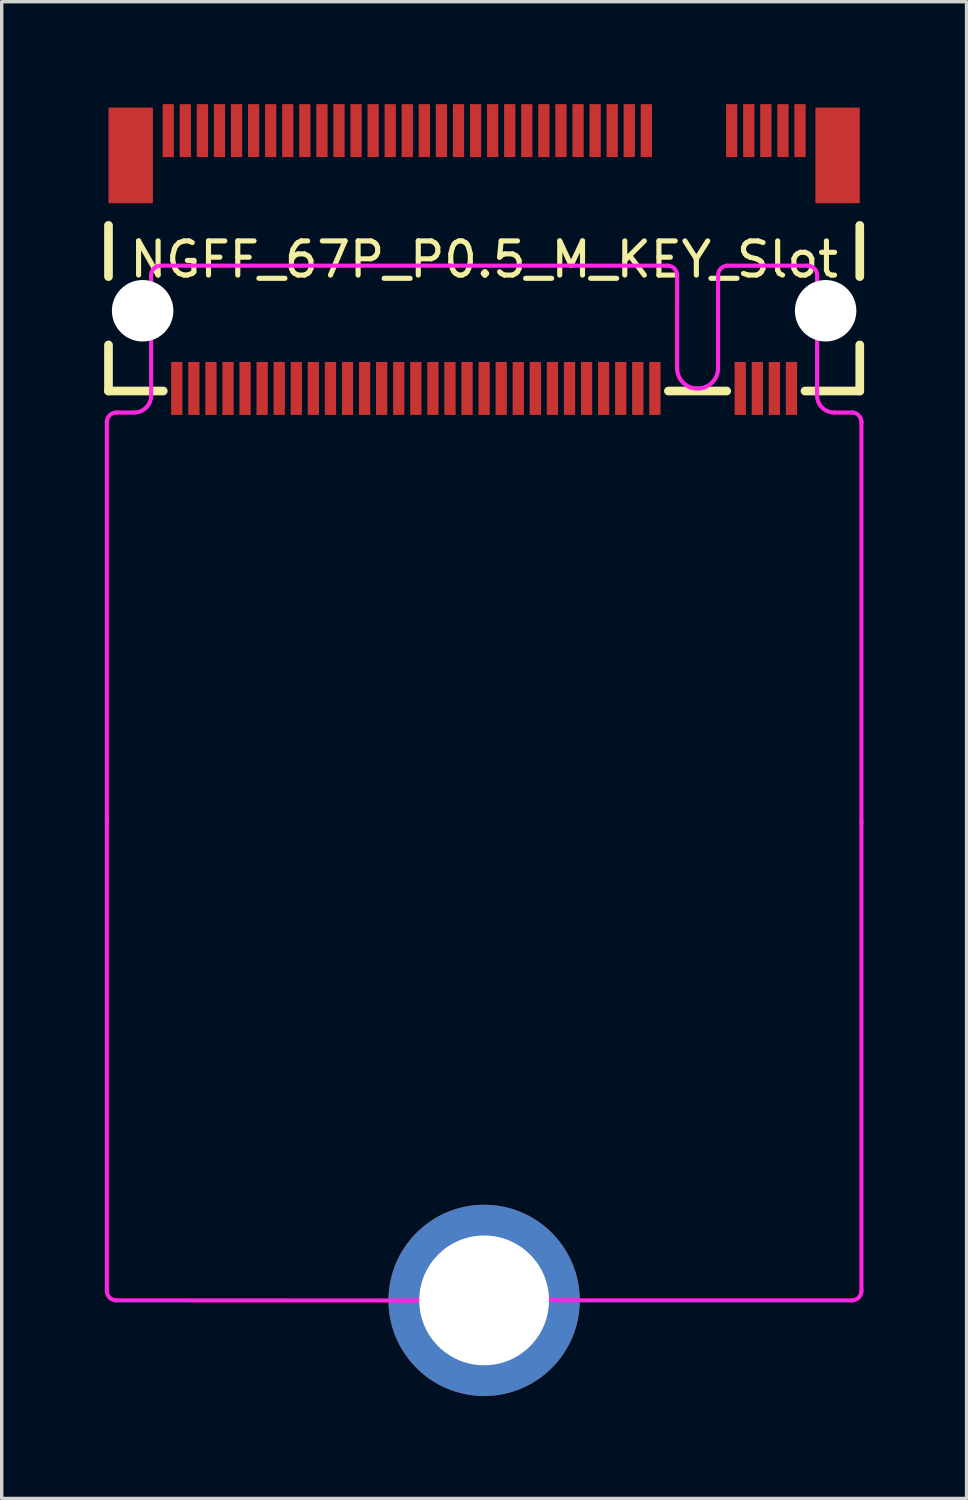
<source format=kicad_pcb>
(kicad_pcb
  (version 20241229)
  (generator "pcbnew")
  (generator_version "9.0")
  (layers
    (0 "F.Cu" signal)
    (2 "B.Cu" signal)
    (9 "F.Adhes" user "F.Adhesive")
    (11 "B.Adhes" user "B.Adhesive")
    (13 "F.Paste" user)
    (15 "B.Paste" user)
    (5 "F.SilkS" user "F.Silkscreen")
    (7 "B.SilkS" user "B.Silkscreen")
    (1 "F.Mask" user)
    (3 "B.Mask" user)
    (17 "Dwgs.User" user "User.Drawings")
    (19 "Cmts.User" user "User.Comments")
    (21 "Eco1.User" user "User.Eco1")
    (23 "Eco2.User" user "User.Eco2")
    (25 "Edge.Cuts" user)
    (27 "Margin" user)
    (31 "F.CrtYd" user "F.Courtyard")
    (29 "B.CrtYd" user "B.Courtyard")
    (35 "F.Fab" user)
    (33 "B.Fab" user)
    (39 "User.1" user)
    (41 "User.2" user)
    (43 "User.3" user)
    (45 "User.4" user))
  (footprint "NGFF_67P_P0.5_M_KEY_Slot"
    (layer "F.Cu")
    (at 11.127 4.55)
    (property "Reference" "NGFF_67P_P0.5_M_KEY_Slot" (at 0 0 0) (layer "F.SilkS") (effects (font (size 1 1) (thickness 0.15))))
    (attr through_hole)
    (fp_line (start -11 0.5) (end -11 -1) (stroke (width 0.254) (type solid)) (layer "F.SilkS"))
    (fp_line (start -11 3.85) (end -11 2.5) (stroke (width 0.254) (type solid)) (layer "F.SilkS"))
    (fp_line (start -11 3.85) (end -9.396 3.85) (stroke (width 0.254) (type solid)) (layer "F.SilkS"))
    (fp_line (start 5.396 3.85) (end 7.104 3.85) (stroke (width 0.254) (type solid)) (layer "F.SilkS"))
    (fp_line (start 9.396 3.85) (end 11 3.85) (stroke (width 0.254) (type solid)) (layer "F.SilkS"))
    (fp_line (start 11 0.5) (end 11 -1) (stroke (width 0.254) (type solid)) (layer "F.SilkS"))
    (fp_line (start 11 3.85) (end 11 2.5) (stroke (width 0.254) (type solid)) (layer "F.SilkS"))
    (fp_line (start -11.049 4.759) (end -11.049 16.48) (stroke (width 0.12) (type solid)) (layer "F.CrtYd"))
    (fp_line (start -11.049 16.48) (end -11.049 30.2) (stroke (width 0.12) (type solid)) (layer "F.CrtYd"))
    (fp_line (start -10.77 30.479) (end -2.004 30.482) (stroke (width 0.12) (type solid)) (layer "F.CrtYd"))
    (fp_line (start -10.25 4.48) (end -10.77 4.48) (stroke (width 0.12) (type solid)) (layer "F.CrtYd"))
    (fp_line (start -9.751 0.459) (end -9.75 3.98) (stroke (width 0.12) (type solid)) (layer "F.CrtYd"))
    (fp_line (start -9.472 0.18) (end 5.372 0.18) (stroke (width 0.12) (type solid)) (layer "F.CrtYd"))
    (fp_line (start 2.004 30.479) (end 10.77 30.479) (stroke (width 0.12) (type solid)) (layer "F.CrtYd"))
    (fp_line (start 5.65 3.18) (end 5.652 0.459) (stroke (width 0.12) (type solid)) (layer "F.CrtYd"))
    (fp_line (start 6.85 3.18) (end 6.85 0.459) (stroke (width 0.12) (type solid)) (layer "F.CrtYd"))
    (fp_line (start 7.13 0.18) (end 9.472 0.18) (stroke (width 0.12) (type solid)) (layer "F.CrtYd"))
    (fp_line (start 9.751 0.459) (end 9.75 3.98) (stroke (width 0.12) (type solid)) (layer "F.CrtYd"))
    (fp_line (start 10.25 4.48) (end 10.77 4.48) (stroke (width 0.12) (type solid)) (layer "F.CrtYd"))
    (fp_line (start 11.049 16.48) (end 11.049 4.757) (stroke (width 0.12) (type solid)) (layer "F.CrtYd"))
    (fp_line (start 11.049 30.2) (end 11.049 16.48) (stroke (width 0.12) (type solid)) (layer "F.CrtYd"))
    (fp_arc (start -11.049 4.75914) (mid -10.967166 4.561574) (end -10.7696 4.47974) (stroke (width 0.12) (type solid)) (layer "F.CrtYd"))
    (fp_arc (start -10.7696 30.47918) (mid -10.967166 30.397346) (end -11.049 30.19978) (stroke (width 0.12) (type solid)) (layer "F.CrtYd"))
    (fp_arc (start -9.75106 0.45892) (mid -9.669226 0.261354) (end -9.47166 0.17952) (stroke (width 0.12) (type solid)) (layer "F.CrtYd"))
    (fp_arc (start -9.75 3.98) (mid -9.896447 4.333553) (end -10.25 4.48) (stroke (width 0.12) (type solid)) (layer "F.CrtYd"))
    (fp_arc (start -1.72506 30.202256) (mid -0.001254 28.732724) (end 1.72466 30.19978) (stroke (width 0.12) (type solid)) (layer "F.CrtYd"))
    (fp_arc (start -1.72466 30.20232) (mid -1.806494 30.399886) (end -2.00406 30.48172) (stroke (width 0.12) (type solid)) (layer "F.CrtYd"))
    (fp_arc (start 2.00406 30.47918) (mid 1.806494 30.397346) (end 1.72466 30.19978) (stroke (width 0.12) (type solid)) (layer "F.CrtYd"))
    (fp_arc (start 5.3721 0.17952) (mid 5.569666 0.261354) (end 5.6515 0.45892) (stroke (width 0.12) (type solid)) (layer "F.CrtYd"))
    (fp_arc (start 6.85 3.18) (mid 6.25 3.78) (end 5.65 3.18) (stroke (width 0.12) (type solid)) (layer "F.CrtYd"))
    (fp_arc (start 6.85038 0.45892) (mid 6.932214 0.261354) (end 7.12978 0.17952) (stroke (width 0.12) (type solid)) (layer "F.CrtYd"))
    (fp_arc (start 9.47166 0.17952) (mid 9.669226 0.261354) (end 9.75106 0.45892) (stroke (width 0.12) (type solid)) (layer "F.CrtYd"))
    (fp_arc (start 10.25 4.48) (mid 9.896447 4.333553) (end 9.75 3.98) (stroke (width 0.12) (type solid)) (layer "F.CrtYd"))
    (fp_arc (start 10.7696 4.48) (mid 10.967166 4.561834) (end 11.049 4.7594) (stroke (width 0.12) (type solid)) (layer "F.CrtYd"))
    (fp_arc (start 11.049 30.19978) (mid 10.967166 30.397346) (end 10.7696 30.47918) (stroke (width 0.12) (type solid)) (layer "F.CrtYd"))
    (pad "" np_thru_hole circle (at -10 1.5) (size 1.8 1.8) (drill 1.8) (layers "*.Cu" "*.Mask"))
    (pad "" np_thru_hole circle (at 10 1.5) (size 1.8 1.8) (drill 1.8) (layers "*.Cu" "*.Mask"))
    (pad "1" smd rect (at -9.25 -3.775) (size 0.33 1.55) (layers "F.Cu" "F.Mask" "F.Paste"))
    (pad "2" smd rect (at -9 3.775) (size 0.33 1.55) (layers "F.Cu" "F.Mask" "F.Paste"))
    (pad "3" smd rect (at -8.75 -3.775) (size 0.33 1.55) (layers "F.Cu" "F.Mask" "F.Paste"))
    (pad "4" smd rect (at -8.5 3.775) (size 0.33 1.55) (layers "F.Cu" "F.Mask" "F.Paste"))
    (pad "5" smd rect (at -8.25 -3.775) (size 0.33 1.55) (layers "F.Cu" "F.Mask" "F.Paste"))
    (pad "6" smd rect (at -8 3.775) (size 0.33 1.55) (layers "F.Cu" "F.Mask" "F.Paste"))
    (pad "7" smd rect (at -7.75 -3.775) (size 0.33 1.55) (layers "F.Cu" "F.Mask" "F.Paste"))
    (pad "8" smd rect (at -7.5 3.775) (size 0.33 1.55) (layers "F.Cu" "F.Mask" "F.Paste"))
    (pad "9" smd rect (at -7.25 -3.775) (size 0.33 1.55) (layers "F.Cu" "F.Mask" "F.Paste"))
    (pad "10" smd rect (at -7 3.775) (size 0.33 1.55) (layers "F.Cu" "F.Mask" "F.Paste"))
    (pad "11" smd rect (at -6.75 -3.775) (size 0.33 1.55) (layers "F.Cu" "F.Mask" "F.Paste"))
    (pad "12" smd rect (at -6.5 3.775) (size 0.33 1.55) (layers "F.Cu" "F.Mask" "F.Paste"))
    (pad "13" smd rect (at -6.25 -3.775) (size 0.33 1.55) (layers "F.Cu" "F.Mask" "F.Paste"))
    (pad "14" smd rect (at -6 3.775) (size 0.33 1.55) (layers "F.Cu" "F.Mask" "F.Paste"))
    (pad "15" smd rect (at -5.75 -3.775) (size 0.33 1.55) (layers "F.Cu" "F.Mask" "F.Paste"))
    (pad "16" smd rect (at -5.5 3.775) (size 0.33 1.55) (layers "F.Cu" "F.Mask" "F.Paste"))
    (pad "17" smd rect (at -5.25 -3.775) (size 0.33 1.55) (layers "F.Cu" "F.Mask" "F.Paste"))
    (pad "18" smd rect (at -5 3.775) (size 0.33 1.55) (layers "F.Cu" "F.Mask" "F.Paste"))
    (pad "19" smd rect (at -4.75 -3.775) (size 0.33 1.55) (layers "F.Cu" "F.Mask" "F.Paste"))
    (pad "20" smd rect (at -4.5 3.775) (size 0.33 1.55) (layers "F.Cu" "F.Mask" "F.Paste"))
    (pad "21" smd rect (at -4.25 -3.775) (size 0.33 1.55) (layers "F.Cu" "F.Mask" "F.Paste"))
    (pad "22" smd rect (at -4 3.775) (size 0.33 1.55) (layers "F.Cu" "F.Mask" "F.Paste"))
    (pad "23" smd rect (at -3.75 -3.775) (size 0.33 1.55) (layers "F.Cu" "F.Mask" "F.Paste"))
    (pad "24" smd rect (at -3.5 3.775) (size 0.33 1.55) (layers "F.Cu" "F.Mask" "F.Paste"))
    (pad "25" smd rect (at -3.25 -3.775) (size 0.33 1.55) (layers "F.Cu" "F.Mask" "F.Paste"))
    (pad "26" smd rect (at -3 3.775) (size 0.33 1.55) (layers "F.Cu" "F.Mask" "F.Paste"))
    (pad "27" smd rect (at -2.75 -3.775) (size 0.33 1.55) (layers "F.Cu" "F.Mask" "F.Paste"))
    (pad "28" smd rect (at -2.5 3.775) (size 0.33 1.55) (layers "F.Cu" "F.Mask" "F.Paste"))
    (pad "29" smd rect (at -2.25 -3.775) (size 0.33 1.55) (layers "F.Cu" "F.Mask" "F.Paste"))
    (pad "30" smd rect (at -2 3.775) (size 0.33 1.55) (layers "F.Cu" "F.Mask" "F.Paste"))
    (pad "31" smd rect (at -1.75 -3.775) (size 0.33 1.55) (layers "F.Cu" "F.Mask" "F.Paste"))
    (pad "32" smd rect (at -1.5 3.775) (size 0.33 1.55) (layers "F.Cu" "F.Mask" "F.Paste"))
    (pad "33" smd rect (at -1.25 -3.775) (size 0.33 1.55) (layers "F.Cu" "F.Mask" "F.Paste"))
    (pad "34" smd rect (at -1 3.775) (size 0.33 1.55) (layers "F.Cu" "F.Mask" "F.Paste"))
    (pad "35" smd rect (at -0.75 -3.775) (size 0.33 1.55) (layers "F.Cu" "F.Mask" "F.Paste"))
    (pad "36" smd rect (at -0.5 3.775) (size 0.33 1.55) (layers "F.Cu" "F.Mask" "F.Paste"))
    (pad "37" smd rect (at -0.25 -3.775) (size 0.33 1.55) (layers "F.Cu" "F.Mask" "F.Paste"))
    (pad "38" smd rect (at 0 3.775) (size 0.33 1.55) (layers "F.Cu" "F.Mask" "F.Paste"))
    (pad "39" smd rect (at 0.25 -3.775) (size 0.33 1.55) (layers "F.Cu" "F.Mask" "F.Paste"))
    (pad "40" smd rect (at 0.5 3.775) (size 0.33 1.55) (layers "F.Cu" "F.Mask" "F.Paste"))
    (pad "41" smd rect (at 0.75 -3.775) (size 0.33 1.55) (layers "F.Cu" "F.Mask" "F.Paste"))
    (pad "42" smd rect (at 1 3.775) (size 0.33 1.55) (layers "F.Cu" "F.Mask" "F.Paste"))
    (pad "43" smd rect (at 1.25 -3.775) (size 0.33 1.55) (layers "F.Cu" "F.Mask" "F.Paste"))
    (pad "44" smd rect (at 1.5 3.775) (size 0.33 1.55) (layers "F.Cu" "F.Mask" "F.Paste"))
    (pad "45" smd rect (at 1.75 -3.775) (size 0.33 1.55) (layers "F.Cu" "F.Mask" "F.Paste"))
    (pad "46" smd rect (at 2 3.775) (size 0.33 1.55) (layers "F.Cu" "F.Mask" "F.Paste"))
    (pad "47" smd rect (at 2.25 -3.775) (size 0.33 1.55) (layers "F.Cu" "F.Mask" "F.Paste"))
    (pad "48" smd rect (at 2.5 3.775) (size 0.33 1.55) (layers "F.Cu" "F.Mask" "F.Paste"))
    (pad "49" smd rect (at 2.75 -3.775) (size 0.33 1.55) (layers "F.Cu" "F.Mask" "F.Paste"))
    (pad "50" smd rect (at 3 3.775) (size 0.33 1.55) (layers "F.Cu" "F.Mask" "F.Paste"))
    (pad "51" smd rect (at 3.25 -3.775) (size 0.33 1.55) (layers "F.Cu" "F.Mask" "F.Paste"))
    (pad "52" smd rect (at 3.5 3.775) (size 0.33 1.55) (layers "F.Cu" "F.Mask" "F.Paste"))
    (pad "53" smd rect (at 3.75 -3.775) (size 0.33 1.55) (layers "F.Cu" "F.Mask" "F.Paste"))
    (pad "54" smd rect (at 4 3.775) (size 0.33 1.55) (layers "F.Cu" "F.Mask" "F.Paste"))
    (pad "55" smd rect (at 4.25 -3.775) (size 0.33 1.55) (layers "F.Cu" "F.Mask" "F.Paste"))
    (pad "56" smd rect (at 4.5 3.775) (size 0.33 1.55) (layers "F.Cu" "F.Mask" "F.Paste"))
    (pad "57" smd rect (at 4.75 -3.775) (size 0.33 1.55) (layers "F.Cu" "F.Mask" "F.Paste"))
    (pad "58" smd rect (at 5 3.775) (size 0.33 1.55) (layers "F.Cu" "F.Mask" "F.Paste"))
    (pad "67" smd rect (at 7.25 -3.775) (size 0.33 1.55) (layers "F.Cu" "F.Mask" "F.Paste"))
    (pad "68" smd rect (at 7.5 3.775) (size 0.33 1.55) (layers "F.Cu" "F.Mask" "F.Paste"))
    (pad "69" smd rect (at 7.75 -3.775) (size 0.33 1.55) (layers "F.Cu" "F.Mask" "F.Paste"))
    (pad "70" smd rect (at 8 3.775) (size 0.33 1.55) (layers "F.Cu" "F.Mask" "F.Paste"))
    (pad "71" smd rect (at 8.25 -3.775) (size 0.33 1.55) (layers "F.Cu" "F.Mask" "F.Paste"))
    (pad "72" smd rect (at 8.5 3.775) (size 0.33 1.55) (layers "F.Cu" "F.Mask" "F.Paste"))
    (pad "73" smd rect (at 8.75 -3.775) (size 0.33 1.55) (layers "F.Cu" "F.Mask" "F.Paste"))
    (pad "74" smd rect (at 9 3.775) (size 0.33 1.55) (layers "F.Cu" "F.Mask" "F.Paste"))
    (pad "75" smd rect (at 9.25 -3.775) (size 0.33 1.55) (layers "F.Cu" "F.Mask" "F.Paste"))
    (pad "MP" smd rect (at -10.35 -3.05) (size 1.3 2.8) (layers "F.Cu" "F.Mask" "F.Paste"))
    (pad "MP" thru_hole circle (at 0 30.48) (size 5.6 5.6) (drill 3.8) (layers "*.Cu" "*.Mask"))
    (pad "MP" smd rect (at 10.35 -3.05) (size 1.3 2.8) (layers "F.Cu" "F.Mask" "F.Paste")))
  (gr_rect
    (start -3 -3)
    (end 25.254 40.83)
    (stroke (width 0.1) (type default))
    (fill no)
    (layer "Edge.Cuts")))
</source>
